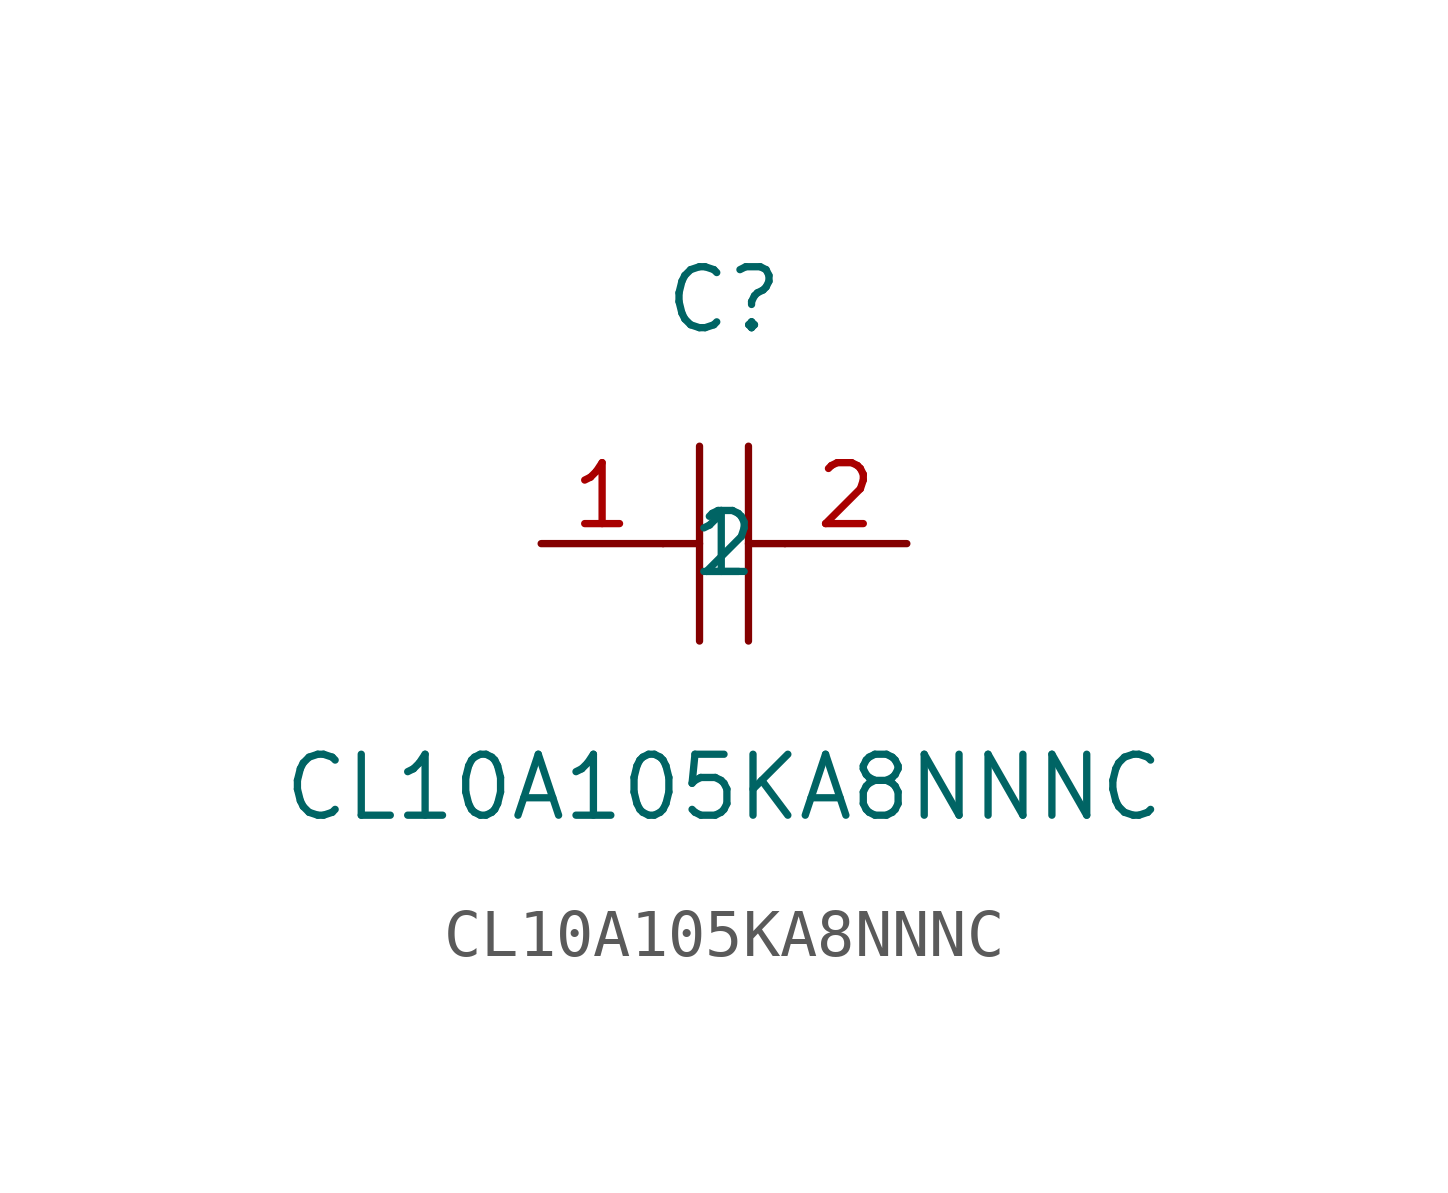
<source format=kicad_sym>
(kicad_symbol_lib
  (version 20211014)
  (generator https://github.com/uPesy/easyeda2kicad.py)
  (symbol "CL10A105KA8NNNC"
    (property "Reference" "C"
      (at 0 5.08 0)
      (effects (font (size 1.27 1.27))))
    (property "Value" "CL10A105KA8NNNC"
      (at 0 -5.08 0)
      (effects (font (size 1.27 1.27))))
    (symbol "CL10A105KA8NNNC_0_1"
      (polyline (pts (xy -0.51 2.03) (xy -0.51 -2.03)) (stroke (width 0) (type default) (color 0 0 0 0)) (fill (type none)))
      (polyline (pts (xy 0.51 2.03) (xy 0.51 -2.03)) (stroke (width 0) (type default) (color 0 0 0 0)) (fill (type none)))
      (polyline (pts (xy -1.27 -0.00) (xy -0.51 -0.00)) (stroke (width 0) (type default) (color 0 0 0 0)) (fill (type none)))
      (polyline (pts (xy 0.51 -0.00) (xy 1.27 -0.00)) (stroke (width 0) (type default) (color 0 0 0 0)) (fill (type none)))
      (pin input line (at -3.81 -0.00 0) (length 2.54) (name "1" (effects (font (size 1.27 1.27)))) (number "1" (effects (font (size 1.27 1.27)))))
      (pin input line (at 3.81 -0.00 180) (length 2.54) (name "2" (effects (font (size 1.27 1.27)))) (number "2" (effects (font (size 1.27 1.27))))))))
</source>
